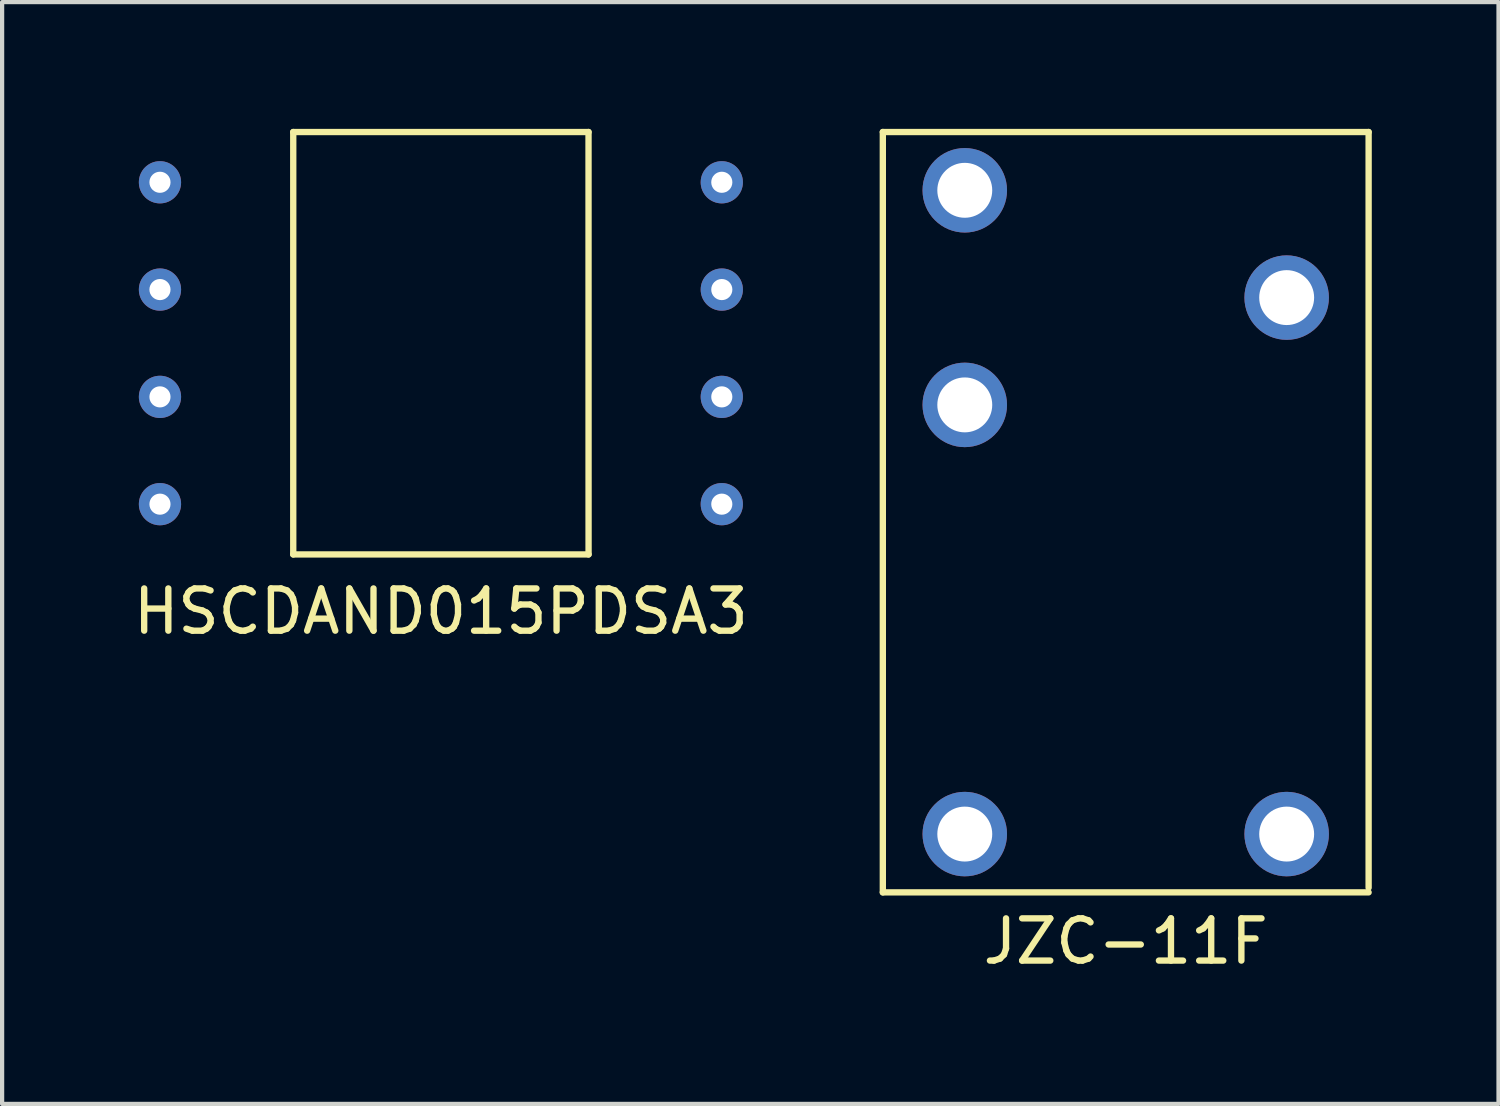
<source format=kicad_pcb>
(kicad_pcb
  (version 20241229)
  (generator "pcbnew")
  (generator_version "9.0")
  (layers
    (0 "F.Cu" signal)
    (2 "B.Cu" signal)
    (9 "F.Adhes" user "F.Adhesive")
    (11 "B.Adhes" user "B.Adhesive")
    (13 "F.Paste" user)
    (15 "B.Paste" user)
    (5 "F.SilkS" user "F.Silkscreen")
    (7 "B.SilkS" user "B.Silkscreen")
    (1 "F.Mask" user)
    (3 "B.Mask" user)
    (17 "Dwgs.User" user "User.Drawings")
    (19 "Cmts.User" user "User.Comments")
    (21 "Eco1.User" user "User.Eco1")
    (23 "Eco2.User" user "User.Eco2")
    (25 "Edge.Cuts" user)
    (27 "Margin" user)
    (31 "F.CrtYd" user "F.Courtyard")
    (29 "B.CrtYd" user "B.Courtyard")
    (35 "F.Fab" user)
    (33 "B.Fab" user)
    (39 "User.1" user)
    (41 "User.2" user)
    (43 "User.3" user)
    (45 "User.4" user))
  (footprint "HSCDAND015PDSA3"
    (layer "F.Cu")
    (at 7.387 5.075)
    (property "Reference" "HSCDAND015PDSA3" (at 0 6.35 0) (layer "F.SilkS") (effects (font (size 1 1) (thickness 0.15))))
    (attr through_hole)
    (fp_line (start -3.495 -5) (end -3.495 5) (stroke (width 0.15) (type solid)) (layer "F.SilkS"))
    (fp_line (start -3.495 5) (end 3.495 5) (stroke (width 0.15) (type solid)) (layer "F.SilkS"))
    (fp_line (start 3.495 -5) (end -3.495 -5) (stroke (width 0.15) (type solid)) (layer "F.SilkS"))
    (fp_line (start 3.495 -5) (end 3.496 5) (stroke (width 0.15) (type solid)) (layer "F.SilkS"))
    (pad "1" thru_hole circle (at -6.65 -3.81) (size 1 1) (drill 0.5) (layers "*.Cu" "*.Mask"))
    (pad "2" thru_hole circle (at -6.65 -1.27) (size 1 1) (drill 0.5) (layers "*.Cu" "*.Mask"))
    (pad "3" thru_hole circle (at -6.65 1.27) (size 1 1) (drill 0.5) (layers "*.Cu" "*.Mask"))
    (pad "4" thru_hole circle (at -6.65 3.81) (size 1 1) (drill 0.5) (layers "*.Cu" "*.Mask"))
    (pad "5" thru_hole circle (at 6.65 3.81) (size 1 1) (drill 0.5) (layers "*.Cu" "*.Mask"))
    (pad "6" thru_hole circle (at 6.65 1.27) (size 1 1) (drill 0.5) (layers "*.Cu" "*.Mask"))
    (pad "7" thru_hole circle (at 6.65 -1.27) (size 1 1) (drill 0.5) (layers "*.Cu" "*.Mask"))
    (pad "8" thru_hole circle (at 6.65 -3.81) (size 1 1) (drill 0.5) (layers "*.Cu" "*.Mask")))
  (footprint "JZC-11F"
    (layer "F.Cu")
    (at 23.599 10.345)
    (property "Reference" "JZC-11F" (at 0 8.89 0) (layer "F.SilkS") (effects (font (size 1 1) (thickness 0.15))))
    (attr through_hole)
    (fp_line (start -5.75 -10.27) (end 5.75 -10.27) (stroke (width 0.15) (type solid)) (layer "F.SilkS"))
    (fp_line (start -5.75 7.73) (end -5.75 -10.27) (stroke (width 0.15) (type solid)) (layer "F.SilkS"))
    (fp_line (start 5.75 -10.27) (end 5.75 7.62) (stroke (width 0.15) (type solid)) (layer "F.SilkS"))
    (fp_line (start 5.75 7.73) (end -5.75 7.73) (stroke (width 0.15) (type solid)) (layer "F.SilkS"))
    (pad "1" thru_hole circle (at -3.81 6.35) (size 2 2) (drill 1.3) (layers "*.Cu" "*.Mask"))
    (pad "2" thru_hole circle (at 3.81 6.35) (size 2 2) (drill 1.3) (layers "*.Cu" "*.Mask"))
    (pad "3" thru_hole circle (at -3.81 -3.81) (size 2 2) (drill 1.3) (layers "*.Cu" "*.Mask"))
    (pad "4" thru_hole circle (at -3.81 -8.89) (size 2 2) (drill 1.3) (layers "*.Cu" "*.Mask"))
    (pad "5" thru_hole circle (at 3.81 -6.35) (size 2 2) (drill 1.3) (layers "*.Cu" "*.Mask")))
  (gr_rect
    (start -3 -3)
    (end 32.424 23.083)
    (stroke (width 0.1) (type default))
    (fill no)
    (layer "Edge.Cuts")))
</source>
